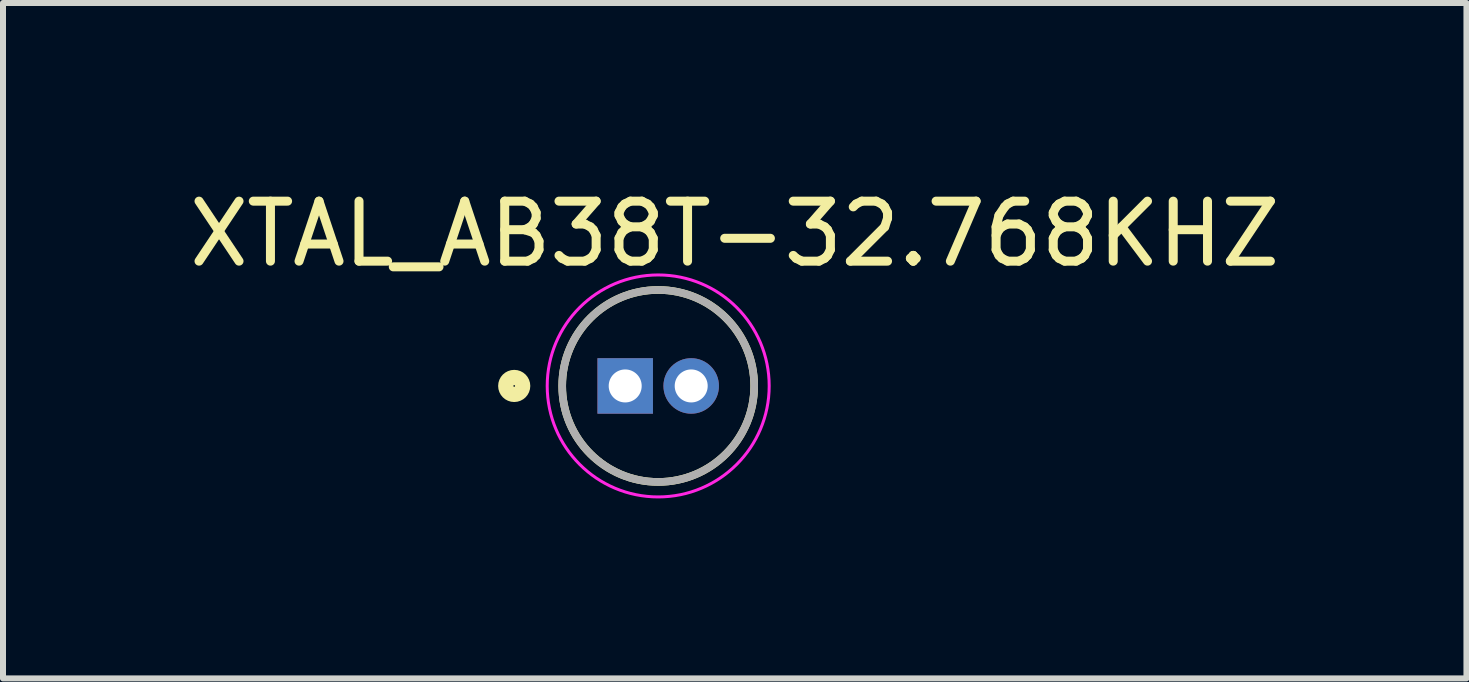
<source format=kicad_pcb>
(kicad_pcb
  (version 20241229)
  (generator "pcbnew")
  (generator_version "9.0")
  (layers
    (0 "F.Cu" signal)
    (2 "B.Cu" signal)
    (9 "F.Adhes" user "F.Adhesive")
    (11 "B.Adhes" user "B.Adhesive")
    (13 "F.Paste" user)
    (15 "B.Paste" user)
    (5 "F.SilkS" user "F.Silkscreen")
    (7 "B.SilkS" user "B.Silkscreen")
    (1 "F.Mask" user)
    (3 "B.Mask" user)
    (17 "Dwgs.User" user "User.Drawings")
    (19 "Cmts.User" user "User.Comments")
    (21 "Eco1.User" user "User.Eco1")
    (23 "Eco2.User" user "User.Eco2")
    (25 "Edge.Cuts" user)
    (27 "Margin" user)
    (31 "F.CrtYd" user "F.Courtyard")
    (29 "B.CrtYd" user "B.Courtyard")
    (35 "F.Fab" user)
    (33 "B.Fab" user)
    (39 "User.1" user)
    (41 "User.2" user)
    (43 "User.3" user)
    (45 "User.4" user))
  (footprint "XTAL_AB38T-32.768KHZ"
    (layer "F.Cu")
    (at 7.921 3.383)
    (property "Reference" "XTAL_AB38T-32.768KHZ" (at 1.275 -2.535 0) (layer "F.SilkS") (effects (font (size 1 1) (thickness 0.15))))
    (attr through_hole)
    (fp_circle (center -2.4 0) (end -2.259 0) (stroke (width 0.254) (type solid)) (fill no) (layer "F.SilkS"))
    (fp_circle (center 0 0) (end 1.6 0) (stroke (width 0.127) (type solid)) (fill no) (layer "F.SilkS"))
    (fp_circle (center 0 0) (end 1.85 0) (stroke (width 0.05) (type solid)) (fill no) (layer "F.CrtYd"))
    (fp_circle (center 0 0) (end 1.6 0) (stroke (width 0.127) (type solid)) (fill no) (layer "F.Fab"))
    (pad "1" thru_hole rect (at -0.55 0) (size 0.925 0.925) (drill 0.55) (layers "*.Cu" "*.Mask"))
    (pad "2" thru_hole circle (at 0.55 0) (size 0.925 0.925) (drill 0.55) (layers "*.Cu" "*.Mask")))
  (gr_rect
    (start -3 -3)
    (end 21.393 8.258)
    (stroke (width 0.1) (type default))
    (fill no)
    (layer "Edge.Cuts")))
</source>
